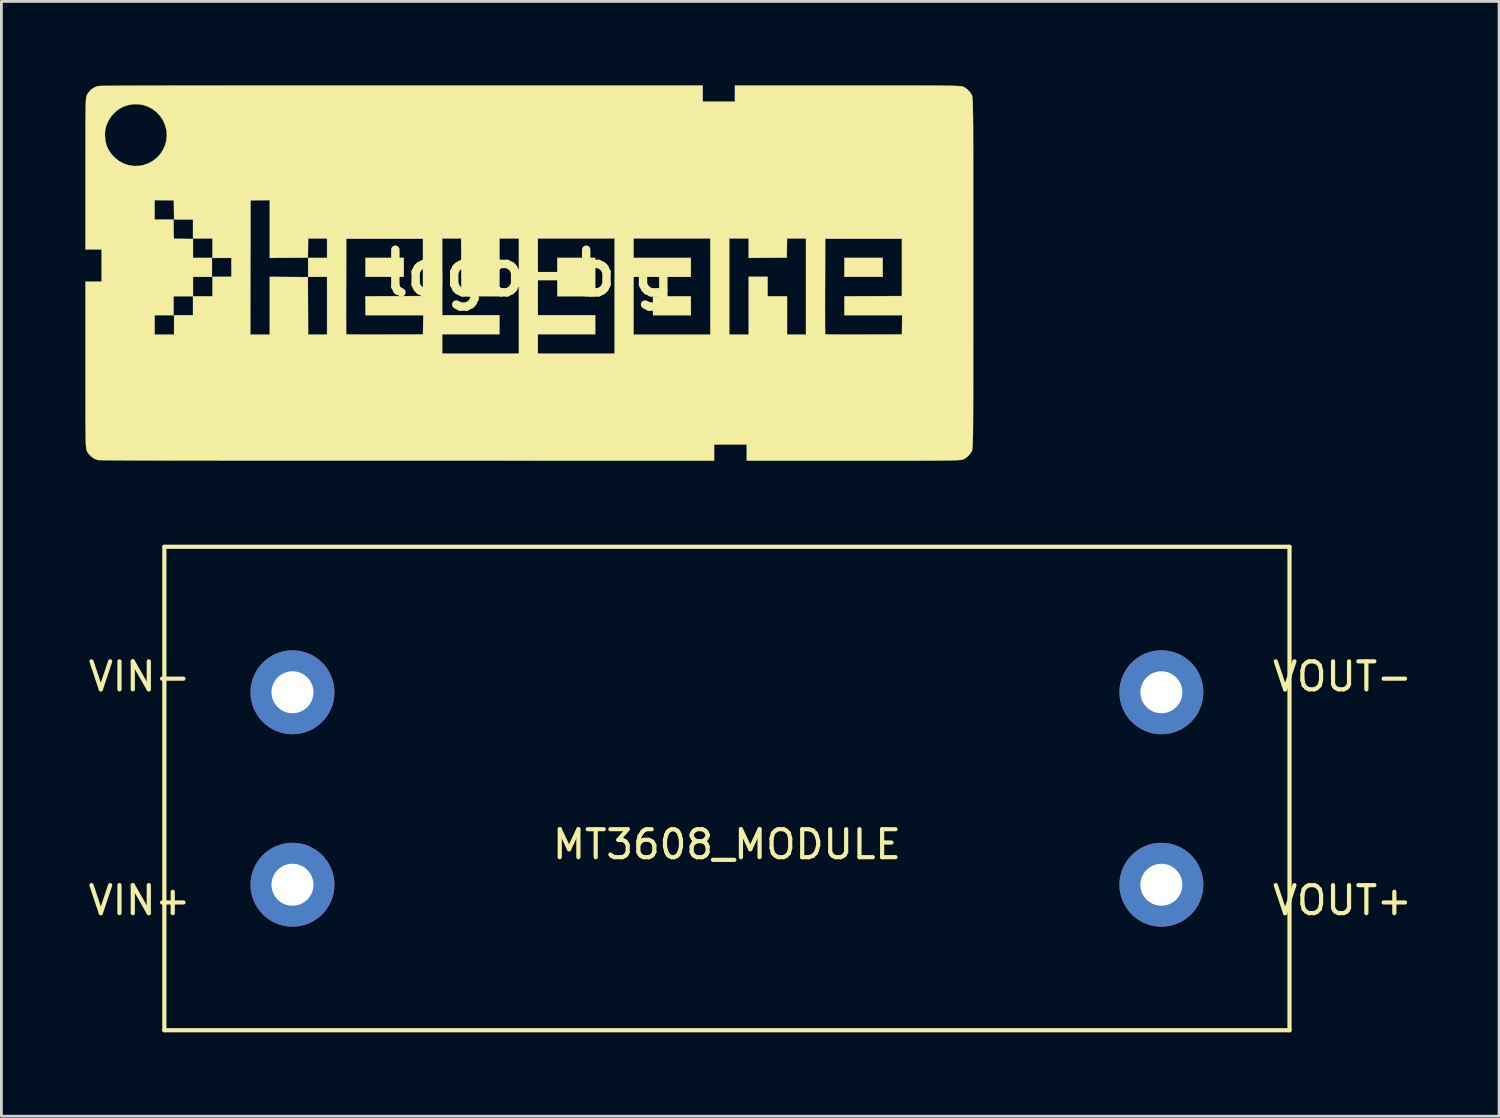
<source format=kicad_pcb>
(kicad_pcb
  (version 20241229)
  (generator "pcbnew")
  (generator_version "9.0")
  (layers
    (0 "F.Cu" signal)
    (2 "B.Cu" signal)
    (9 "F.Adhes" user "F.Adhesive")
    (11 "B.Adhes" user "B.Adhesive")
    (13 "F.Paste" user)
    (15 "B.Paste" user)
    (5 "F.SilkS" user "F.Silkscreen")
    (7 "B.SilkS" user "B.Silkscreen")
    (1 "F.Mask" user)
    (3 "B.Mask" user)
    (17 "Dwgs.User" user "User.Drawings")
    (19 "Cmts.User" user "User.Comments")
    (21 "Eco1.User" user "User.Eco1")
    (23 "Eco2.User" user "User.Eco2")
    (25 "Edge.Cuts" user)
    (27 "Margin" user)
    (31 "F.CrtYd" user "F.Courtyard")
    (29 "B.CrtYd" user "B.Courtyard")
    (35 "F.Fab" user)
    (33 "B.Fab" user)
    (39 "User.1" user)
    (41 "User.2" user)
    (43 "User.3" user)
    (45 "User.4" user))
  (footprint "logo-big"
    (layer "F.Cu")
    (at 15.872 6.711)
    (property "Reference" "logo-big" (at 0 0 0) (layer "F.SilkS") (effects (font (size 1.524 1.524) (thickness 0.3))))
    (attr through_hole)
    (fp_poly (pts (xy -4.487 0.135) (xy -5.859 0.135) (xy -5.859 -0.542) (xy -4.487 -0.542) (xy -4.487 0.135)) (stroke (width 0.01) (type solid)) (fill yes) (layer "F.SilkS"))
    (fp_poly (pts (xy 2.354 0.83) (xy 0.999 0.83) (xy 0.999 -0.542) (xy 2.354 -0.542) (xy 2.354 0.83)) (stroke (width 0.01) (type solid)) (fill yes) (layer "F.SilkS"))
    (fp_poly (pts (xy 5.774 1.507) (xy 4.42 1.507) (xy 4.42 0.83) (xy 5.774 0.83) (xy 5.774 1.507)) (stroke (width 0.01) (type solid)) (fill yes) (layer "F.SilkS"))
    (fp_poly (pts (xy 12.632 0.135) (xy 11.261 0.135) (xy 11.261 -0.542) (xy 12.632 -0.542) (xy 12.632 0.135)) (stroke (width 0.01) (type solid)) (fill yes) (layer "F.SilkS"))
    (fp_poly (pts (xy 12.913 -6.706) (xy 13.231 -6.705) (xy 13.521 -6.705) (xy 13.785 -6.705) (xy 14.025 -6.704) (xy 14.24 -6.704) (xy 14.434 -6.703) (xy 14.607 -6.702) (xy 14.76 -6.7) (xy 14.894 -6.699) (xy 15.012 -6.697) (xy 15.113 -6.694) (xy 15.2 -6.692) (xy 15.274 -6.688) (xy 15.336 -6.685) (xy 15.388 -6.681) (xy 15.43 -6.676) (xy 15.464 -6.671) (xy 15.491 -6.666) (xy 15.513 -6.66) (xy 15.53 -6.653) (xy 15.545 -6.645) (xy 15.558 -6.637) (xy 15.57 -6.629) (xy 15.584 -6.619) (xy 15.591 -6.615) (xy 15.671 -6.552) (xy 15.746 -6.472) (xy 15.787 -6.414) (xy 15.794 -6.403) (xy 15.801 -6.394) (xy 15.807 -6.385) (xy 15.813 -6.376) (xy 15.818 -6.364) (xy 15.823 -6.35) (xy 15.828 -6.332) (xy 15.832 -6.309) (xy 15.836 -6.28) (xy 15.839 -6.244) (xy 15.843 -6.2) (xy 15.846 -6.147) (xy 15.849 -6.084) (xy 15.851 -6.01) (xy 15.853 -5.924) (xy 15.855 -5.825) (xy 15.857 -5.712) (xy 15.859 -5.584) (xy 15.86 -5.439) (xy 15.862 -5.277) (xy 15.863 -5.097) (xy 15.864 -4.897) (xy 15.864 -4.678) (xy 15.865 -4.436) (xy 15.865 -4.173) (xy 15.866 -3.886) (xy 15.866 -3.575) (xy 15.866 -3.238) (xy 15.866 -2.874) (xy 15.867 -2.483) (xy 15.867 -2.064) (xy 15.867 -1.615) (xy 15.867 -1.135) (xy 15.867 -0.623) (xy 15.867 -0.079) (xy 15.867 0.000001) (xy 15.867 0.549) (xy 15.867 1.065) (xy 15.867 1.549) (xy 15.867 2.002) (xy 15.867 2.426) (xy 15.866 2.821) (xy 15.866 3.188) (xy 15.866 3.529) (xy 15.866 3.844) (xy 15.865 4.134) (xy 15.865 4.401) (xy 15.864 4.645) (xy 15.864 4.868) (xy 15.863 5.07) (xy 15.862 5.253) (xy 15.861 5.417) (xy 15.859 5.564) (xy 15.858 5.695) (xy 15.856 5.81) (xy 15.854 5.911) (xy 15.851 5.999) (xy 15.849 6.075) (xy 15.846 6.139) (xy 15.843 6.193) (xy 15.84 6.238) (xy 15.836 6.275) (xy 15.832 6.305) (xy 15.828 6.329) (xy 15.824 6.348) (xy 15.819 6.362) (xy 15.813 6.374) (xy 15.808 6.384) (xy 15.802 6.393) (xy 15.795 6.402) (xy 15.788 6.412) (xy 15.787 6.414) (xy 15.725 6.496) (xy 15.647 6.573) (xy 15.591 6.615) (xy 15.576 6.625) (xy 15.563 6.634) (xy 15.55 6.642) (xy 15.535 6.65) (xy 15.519 6.657) (xy 15.498 6.664) (xy 15.473 6.67) (xy 15.441 6.675) (xy 15.401 6.68) (xy 15.353 6.684) (xy 15.294 6.688) (xy 15.223 6.691) (xy 15.139 6.694) (xy 15.041 6.696) (xy 14.927 6.699) (xy 14.796 6.7) (xy 14.647 6.702) (xy 14.478 6.703) (xy 14.288 6.704) (xy 14.076 6.704) (xy 13.84 6.705) (xy 13.579 6.705) (xy 13.292 6.706) (xy 12.977 6.706) (xy 12.634 6.706) (xy 12.26 6.706) (xy 11.854 6.706) (xy 11.553 6.706) (xy 7.772 6.706) (xy 7.772 6.13) (xy 6.604 6.13) (xy 6.604 6.706) (xy -4.373 6.704) (xy -5.115 6.704) (xy -5.823 6.704) (xy -6.499 6.704) (xy -7.143 6.704) (xy -7.757 6.704) (xy -8.34 6.704) (xy -8.894 6.704) (xy -9.419 6.703) (xy -9.916 6.703) (xy -10.386 6.703) (xy -10.829 6.703) (xy -11.246 6.702) (xy -11.639 6.702) (xy -12.006 6.702) (xy -12.351 6.701) (xy -12.672 6.701) (xy -12.972 6.7) (xy -13.25 6.7) (xy -13.507 6.699) (xy -13.744 6.698) (xy -13.962 6.698) (xy -14.162 6.697) (xy -14.344 6.696) (xy -14.509 6.695) (xy -14.657 6.695) (xy -14.791 6.694) (xy -14.909 6.693) (xy -15.013 6.692) (xy -15.104 6.691) (xy -15.182 6.69) (xy -15.248 6.688) (xy -15.304 6.687) (xy -15.348 6.686) (xy -15.383 6.684) (xy -15.409 6.683) (xy -15.427 6.681) (xy -15.438 6.68) (xy -15.439 6.68) (xy -15.563 6.629) (xy -15.675 6.549) (xy -15.767 6.445) (xy -15.787 6.414) (xy -15.797 6.398) (xy -15.806 6.384) (xy -15.814 6.368) (xy -15.822 6.35) (xy -15.828 6.329) (xy -15.834 6.302) (xy -15.84 6.269) (xy -15.844 6.227) (xy -15.848 6.176) (xy -15.852 6.113) (xy -15.855 6.037) (xy -15.858 5.948) (xy -15.86 5.842) (xy -15.862 5.719) (xy -15.863 5.577) (xy -15.864 5.414) (xy -15.865 5.23) (xy -15.866 5.022) (xy -15.866 4.79) (xy -15.866 4.531) (xy -15.866 4.244) (xy -15.867 3.927) (xy -15.867 3.58) (xy -15.867 3.239) (xy -15.867 1.507) (xy -13.394 1.507) (xy -13.394 2.201) (xy -12.7 2.201) (xy -9.974 2.201) (xy -9.279 2.201) (xy -9.279 0.135) (xy -8.598 0.14) (xy -7.916 0.144) (xy -7.912 1.173) (xy -7.908 2.201) (xy -7.231 2.201) (xy -7.231 1.347) (xy -6.55 1.347) (xy -6.55 1.533) (xy -6.55 1.699) (xy -6.549 1.845) (xy -6.549 1.968) (xy -6.548 2.064) (xy -6.547 2.134) (xy -6.546 2.172) (xy -6.545 2.18) (xy -6.538 2.184) (xy -6.516 2.188) (xy -6.479 2.191) (xy -6.425 2.193) (xy -6.352 2.195) (xy -6.257 2.196) (xy -6.14 2.197) (xy -5.998 2.198) (xy -5.83 2.198) (xy -5.633 2.198) (xy -5.405 2.198) (xy -5.169 2.197) (xy -3.802 2.193) (xy -3.797 1.85) (xy -3.792 1.507) (xy -5.859 1.507) (xy -5.859 0.83) (xy -4.83 0.826) (xy -3.802 0.821) (xy -3.802 -1.228) (xy -6.545 -1.228) (xy -6.549 0.466) (xy -6.55 0.703) (xy -6.55 0.93) (xy -6.55 1.146) (xy -6.55 1.347) (xy -7.231 1.347) (xy -7.231 0.135) (xy -7.908 0.135) (xy -7.908 -0.542) (xy -7.231 -0.542) (xy -7.231 -1.236) (xy -3.116 -1.236) (xy -3.116 1.507) (xy -1.067 1.507) (xy -1.067 2.184) (xy -3.116 2.184) (xy -3.116 2.879) (xy -0.373 2.879) (xy -0.373 -1.236) (xy 0.305 -1.236) (xy 0.305 1.507) (xy 2.354 1.507) (xy 2.354 2.184) (xy 0.305 2.184) (xy 0.305 2.879) (xy 3.048 2.879) (xy 3.048 -1.236) (xy 3.725 -1.236) (xy 3.725 -0.542) (xy 5.774 -0.542) (xy 5.774 0.135) (xy 3.725 0.135) (xy 3.725 2.201) (xy 6.469 2.201) (xy 6.469 -1.236) (xy 7.146 -1.236) (xy 7.146 2.201) (xy 7.84 2.201) (xy 7.84 0.135) (xy 8.517 0.135) (xy 8.517 0.83) (xy 9.212 0.83) (xy 9.212 2.201) (xy 9.889 2.201) (xy 9.889 1.347) (xy 10.569 1.347) (xy 10.57 1.533) (xy 10.57 1.699) (xy 10.57 1.845) (xy 10.571 1.968) (xy 10.572 2.064) (xy 10.573 2.134) (xy 10.574 2.172) (xy 10.574 2.18) (xy 10.582 2.184) (xy 10.603 2.188) (xy 10.64 2.191) (xy 10.694 2.193) (xy 10.768 2.195) (xy 10.862 2.196) (xy 10.979 2.197) (xy 11.121 2.198) (xy 11.29 2.198) (xy 11.487 2.198) (xy 11.714 2.198) (xy 11.95 2.197) (xy 13.318 2.193) (xy 13.327 1.507) (xy 11.261 1.507) (xy 11.261 0.83) (xy 12.289 0.826) (xy 13.318 0.821) (xy 13.318 -1.228) (xy 10.575 -1.228) (xy 10.571 0.466) (xy 10.57 0.703) (xy 10.57 0.93) (xy 10.569 1.146) (xy 10.569 1.347) (xy 9.889 1.347) (xy 9.889 -1.236) (xy 9.212 -1.236) (xy 9.208 -0.893) (xy 9.203 -0.55) (xy 8.522 -0.546) (xy 7.84 -0.541) (xy 7.84 -1.236) (xy 7.146 -1.236) (xy 6.469 -1.236) (xy 3.725 -1.236) (xy 3.048 -1.236) (xy 0.305 -1.236) (xy -0.373 -1.236) (xy -1.067 -1.236) (xy -1.067 0.83) (xy -1.748 0.826) (xy -2.43 0.821) (xy -2.439 -1.236) (xy -3.116 -1.236) (xy -7.231 -1.236) (xy -7.907 -1.236) (xy -7.916 -0.55) (xy -8.598 -0.546) (xy -9.279 -0.541) (xy -9.279 -2.608) (xy -9.965 -2.599) (xy -9.97 -0.199) (xy -9.974 2.201) (xy -12.7 2.201) (xy -12.7 1.507) (xy -12.023 1.507) (xy -12.023 0.83) (xy -12.717 0.83) (xy -12.717 1.507) (xy -13.394 1.507) (xy -15.867 1.507) (xy -15.867 0.305) (xy -15.291 0.305) (xy -15.291 -0.847) (xy -15.867 -0.847) (xy -15.867 -2.608) (xy -13.394 -2.608) (xy -13.394 -1.913) (xy -12.718 -1.913) (xy -12.708 -1.228) (xy -12.023 -1.218) (xy -12.023 -0.542) (xy -11.345 -0.542) (xy -11.345 0.135) (xy -12.023 0.135) (xy -12.023 0.83) (xy -11.328 0.83) (xy -11.328 0.135) (xy -10.651 0.135) (xy -10.651 -0.542) (xy -11.328 -0.542) (xy -11.328 -1.236) (xy -12.023 -1.236) (xy -12.023 -1.913) (xy -12.699 -1.913) (xy -12.708 -2.599) (xy -13.394 -2.608) (xy -15.867 -2.608) (xy -15.867 -3.51) (xy -15.867 -3.869) (xy -15.867 -4.195) (xy -15.866 -4.491) (xy -15.866 -4.758) (xy -15.866 -4.937) (xy -15.172 -4.937) (xy -15.157 -4.743) (xy -15.113 -4.564) (xy -15.038 -4.399) (xy -14.936 -4.249) (xy -14.802 -4.108) (xy -14.65 -3.994) (xy -14.485 -3.908) (xy -14.309 -3.852) (xy -14.125 -3.827) (xy -13.938 -3.833) (xy -13.794 -3.86) (xy -13.618 -3.922) (xy -13.458 -4.01) (xy -13.316 -4.122) (xy -13.195 -4.254) (xy -13.096 -4.403) (xy -13.023 -4.565) (xy -12.976 -4.737) (xy -12.958 -4.916) (xy -12.972 -5.098) (xy -12.978 -5.132) (xy -13.031 -5.318) (xy -13.11 -5.486) (xy -13.213 -5.634) (xy -13.336 -5.762) (xy -13.476 -5.867) (xy -13.63 -5.949) (xy -13.795 -6.005) (xy -13.968 -6.035) (xy -14.146 -6.037) (xy -14.326 -6.009) (xy -14.504 -5.95) (xy -14.613 -5.897) (xy -14.73 -5.819) (xy -14.845 -5.716) (xy -14.947 -5.598) (xy -15.03 -5.475) (xy -15.051 -5.434) (xy -15.11 -5.302) (xy -15.147 -5.181) (xy -15.167 -5.059) (xy -15.172 -4.937) (xy -15.866 -4.937) (xy -15.866 -4.997) (xy -15.865 -5.21) (xy -15.865 -5.399) (xy -15.864 -5.566) (xy -15.862 -5.711) (xy -15.86 -5.837) (xy -15.858 -5.944) (xy -15.856 -6.036) (xy -15.852 -6.113) (xy -15.849 -6.176) (xy -15.845 -6.228) (xy -15.84 -6.27) (xy -15.834 -6.304) (xy -15.828 -6.331) (xy -15.821 -6.352) (xy -15.813 -6.37) (xy -15.804 -6.386) (xy -15.795 -6.402) (xy -15.787 -6.414) (xy -15.699 -6.526) (xy -15.591 -6.613) (xy -15.465 -6.671) (xy -15.431 -6.68) (xy -15.422 -6.682) (xy -15.407 -6.684) (xy -15.385 -6.685) (xy -15.356 -6.687) (xy -15.319 -6.688) (xy -15.273 -6.69) (xy -15.217 -6.691) (xy -15.151 -6.692) (xy -15.074 -6.693) (xy -14.985 -6.694) (xy -14.884 -6.695) (xy -14.769 -6.696) (xy -14.64 -6.697) (xy -14.496 -6.698) (xy -14.336 -6.699) (xy -14.16 -6.699) (xy -13.967 -6.7) (xy -13.756 -6.701) (xy -13.526 -6.701) (xy -13.277 -6.702) (xy -13.007 -6.702) (xy -12.717 -6.703) (xy -12.405 -6.703) (xy -12.07 -6.704) (xy -11.713 -6.704) (xy -11.331 -6.704) (xy -10.924 -6.704) (xy -10.492 -6.705) (xy -10.034 -6.705) (xy -9.549 -6.705) (xy -9.035 -6.705) (xy -8.494 -6.705) (xy -7.923 -6.705) (xy -7.322 -6.705) (xy -6.69 -6.706) (xy -6.027 -6.706) (xy -5.331 -6.706) (xy -4.603 -6.706) (xy 6.198 -6.706) (xy 6.198 -6.13) (xy 7.349 -6.13) (xy 7.349 -6.706) (xy 11.342 -6.706) (xy 11.782 -6.706) (xy 12.19 -6.706) (xy 12.566 -6.706) (xy 12.913 -6.706)) (stroke (width 0.01) (type solid)) (fill yes) (layer "F.SilkS")))
  (footprint "MT3608_MODULE"
    (layer "F.Cu")
    (at 22.935 25.136)
    (property "Reference" "MT3608_MODULE" (at 0 2 0) (layer "F.SilkS") (effects (font (size 1 1) (thickness 0.15))))
    (attr through_hole)
    (fp_line (start -20.11 -8.64) (end -20.11 8.64) (stroke (width 0.15) (type solid)) (layer "F.SilkS"))
    (fp_line (start -20.11 8.64) (end 20.11 8.64) (stroke (width 0.15) (type solid)) (layer "F.SilkS"))
    (fp_line (start 20.11 -8.64) (end -20.11 -8.64) (stroke (width 0.15) (type solid)) (layer "F.SilkS"))
    (fp_line (start 20.11 8.64) (end 20.11 -8.64) (stroke (width 0.15) (type solid)) (layer "F.SilkS"))
    (fp_text user "VOUT+" (at 22 4 0) (layer "F.SilkS") (effects (font (size 1 1) (thickness 0.15))))
    (fp_text user "VOUT-" (at 22 -4 0) (layer "F.SilkS") (effects (font (size 1 1) (thickness 0.15))))
    (fp_text user "VIN+" (at -21 4 0) (layer "F.SilkS") (effects (font (size 1 1) (thickness 0.15))))
    (fp_text user "VIN-" (at -21 -4 0) (layer "F.SilkS") (effects (font (size 1 1) (thickness 0.15))))
    (pad "1" thru_hole circle (at 15.53 -3.44) (size 3 3) (drill 1.5) (layers "*.Cu" "*.Mask"))
    (pad "2" thru_hole circle (at 15.53 3.44) (size 3 3) (drill 1.5) (layers "*.Cu" "*.Mask"))
    (pad "3" thru_hole circle (at -15.53 3.44) (size 3 3) (drill 1.5) (layers "*.Cu" "*.Mask"))
    (pad "4" thru_hole circle (at -15.53 -3.44) (size 3 3) (drill 1.5) (layers "*.Cu" "*.Mask")))
  (gr_rect
    (start -3 -3)
    (end 50.536 36.851)
    (stroke (width 0.1) (type default))
    (fill no)
    (layer "Edge.Cuts")))
</source>
